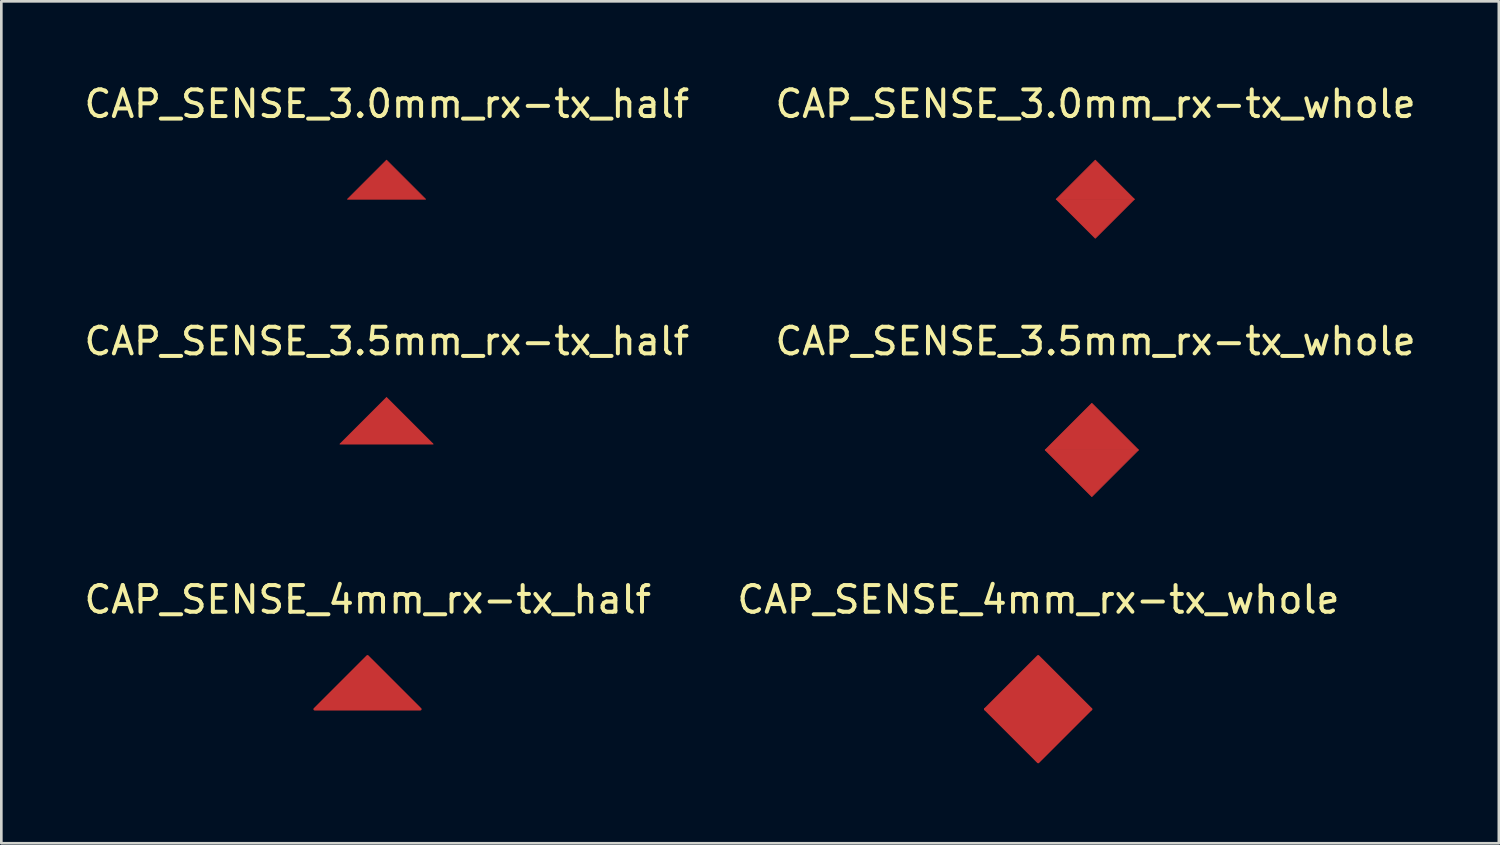
<source format=kicad_pcb>
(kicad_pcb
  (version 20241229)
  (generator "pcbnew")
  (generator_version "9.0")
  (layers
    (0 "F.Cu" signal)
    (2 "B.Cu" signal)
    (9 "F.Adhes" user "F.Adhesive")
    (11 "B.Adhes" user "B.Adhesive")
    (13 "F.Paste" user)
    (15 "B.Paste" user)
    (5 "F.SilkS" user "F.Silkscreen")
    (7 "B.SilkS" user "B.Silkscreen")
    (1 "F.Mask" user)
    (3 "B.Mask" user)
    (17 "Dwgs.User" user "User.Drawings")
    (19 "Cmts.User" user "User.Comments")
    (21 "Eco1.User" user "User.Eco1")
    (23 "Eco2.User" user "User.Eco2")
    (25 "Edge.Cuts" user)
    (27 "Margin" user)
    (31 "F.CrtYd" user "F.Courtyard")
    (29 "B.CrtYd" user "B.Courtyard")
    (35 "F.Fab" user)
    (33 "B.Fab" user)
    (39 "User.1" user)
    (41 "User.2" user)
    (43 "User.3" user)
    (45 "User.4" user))
  (footprint "CAP_SENSE_3.5mm_rx-tx_whole"
    (layer "F.Cu")
    (at 37.902 12.079)
    (property "Reference" "CAP_SENSE_3.5mm_rx-tx_whole" (at 0.14 -2.33 0) (layer "F.SilkS") (effects (font (size 1 1) (thickness 0.15))))
    (attr exclude_from_pos_files exclude_from_bom)
    (fp_poly (pts (xy 1.747 1.747) (xy -1.747 1.747) (xy 0 0)) (stroke (width 0.03) (type solid)) (fill yes) (layer "F.Cu"))
    (fp_poly (pts (xy 1.747 1.75) (xy -1.747 1.75) (xy 0 3.497)) (stroke (width 0.03) (type solid)) (fill yes) (layer "F.Cu")))
  (footprint "CAP_SENSE_4mm_rx-tx_whole"
    (layer "F.Cu")
    (at 35.889 21.549)
    (property "Reference" "CAP_SENSE_4mm_rx-tx_whole" (at 0.01 -2.11 0) (layer "F.SilkS") (effects (font (size 1 1) (thickness 0.15))))
    (attr exclude_from_pos_files exclude_from_bom)
    (fp_poly (pts (xy -1.98 2) (xy 1.98 2) (xy 0.000101 3.98)) (stroke (width 0.1) (type solid)) (fill yes) (layer "F.Cu"))
    (fp_poly (pts (xy 1.98 2) (xy -1.98 2) (xy 0.000101 0.02)) (stroke (width 0.1) (type solid)) (fill yes) (layer "F.Cu")))
  (footprint "CAP_SENSE_3.0mm_rx-tx_whole"
    (layer "F.Cu")
    (at 38.032 2.958)
    (property "Reference" "CAP_SENSE_3.0mm_rx-tx_whole" (at 0.01 -2.11 0) (layer "F.SilkS") (effects (font (size 1 1) (thickness 0.15))))
    (attr exclude_from_pos_files exclude_from_bom)
    (fp_poly (pts (xy -1.464 1.464) (xy 1.464 1.464) (xy 0 2.927)) (stroke (width 0.03) (type solid)) (fill yes) (layer "F.Cu"))
    (fp_poly (pts (xy 1.464 1.464) (xy -1.464 1.464) (xy 0 0)) (stroke (width 0.03) (type solid)) (fill yes) (layer "F.Cu")))
  (footprint "CAP_SENSE_3.0mm_rx-tx_half"
    (layer "F.Cu")
    (at 11.448 2.958)
    (property "Reference" "CAP_SENSE_3.0mm_rx-tx_half" (at 0.01 -2.11 0) (layer "F.SilkS") (effects (font (size 1 1) (thickness 0.15))))
    (attr exclude_from_pos_files exclude_from_bom)
    (fp_poly (pts (xy 1.464 1.464) (xy -1.464 1.464) (xy 0 0)) (stroke (width 0.03) (type solid)) (fill yes) (layer "F.Cu")))
  (footprint "CAP_SENSE_4mm_rx-tx_half"
    (layer "F.Cu")
    (at 10.734 21.549)
    (property "Reference" "CAP_SENSE_4mm_rx-tx_half" (at 0.01 -2.11 0) (layer "F.SilkS") (effects (font (size 1 1) (thickness 0.15))))
    (attr exclude_from_pos_files exclude_from_bom)
    (fp_poly (pts (xy 1.98 2) (xy -1.98 2) (xy 0.000101 0.02)) (stroke (width 0.1) (type solid)) (fill yes) (layer "F.Cu")))
  (footprint "CAP_SENSE_3.5mm_rx-tx_half"
    (layer "F.Cu")
    (at 11.448 11.859)
    (property "Reference" "CAP_SENSE_3.5mm_rx-tx_half" (at 0.01 -2.11 0) (layer "F.SilkS") (effects (font (size 1 1) (thickness 0.15))))
    (attr exclude_from_pos_files exclude_from_bom)
    (fp_poly (pts (xy 1.747 1.747) (xy -1.747 1.747) (xy 0 0)) (stroke (width 0.03) (type solid)) (fill yes) (layer "F.Cu")))
  (gr_rect
    (start -3 -3)
    (end 53.167 28.579)
    (stroke (width 0.1) (type default))
    (fill no)
    (layer "Edge.Cuts")))
</source>
